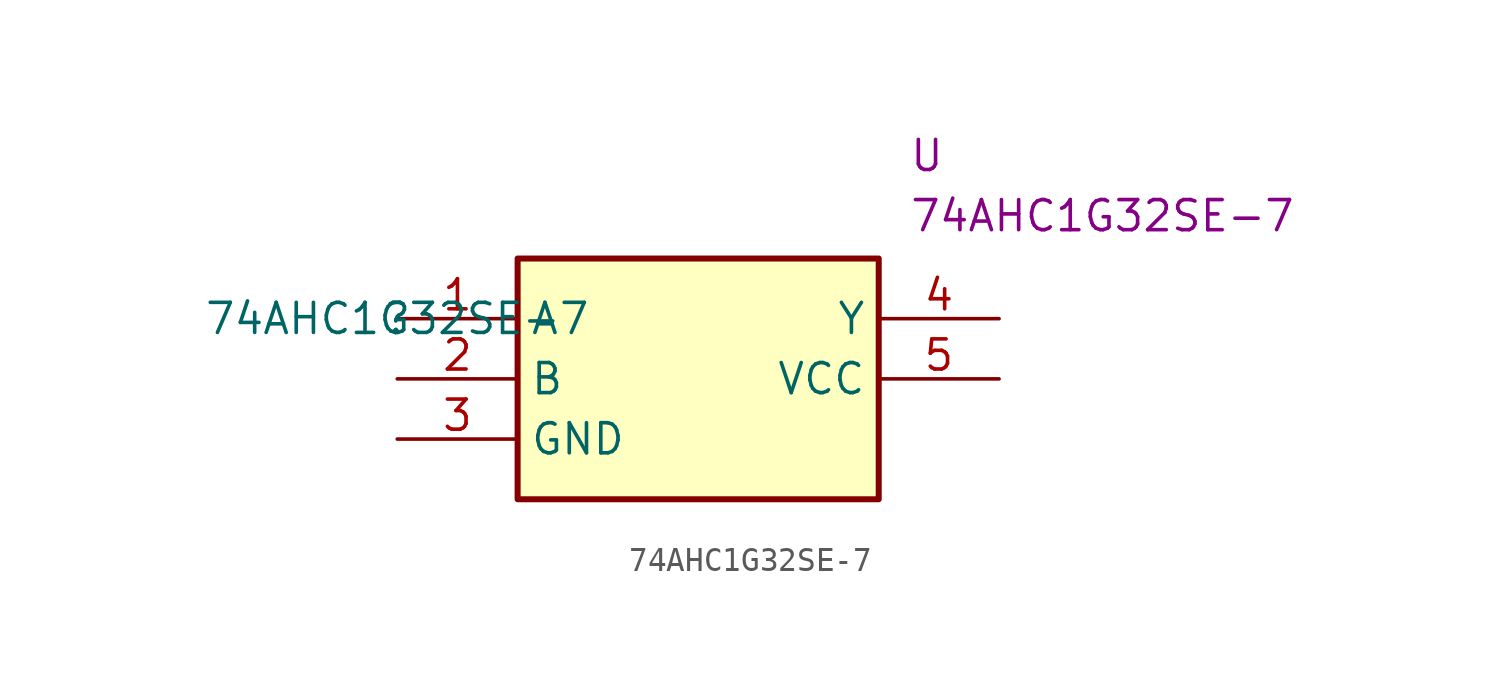
<source format=kicad_sym>
(kicad_symbol_lib
  (version 20211014)
  (generator kicad_symbol_editor)
  (symbol "74AHC1G32SE-7"
    (property "Reference" ""
      (at 0 0 0)
      (effects (font (size 1.27 1.27))))
    (property "Value" "74AHC1G32SE-7"
      (at 0 0 0)
      (effects (font (size 1.27 1.27))))
    (property "Reference_1" "U"
      (at 21.59 7.62 0)
      (effects (font (size 1.27 1.27)) (justify left top)))
    (property "Value_1" "74AHC1G32SE-7"
      (at 21.59 5.08 0)
      (effects (font (size 1.27 1.27)) (justify left top)))
    (symbol "74AHC1G32SE-7_1_1"
      (rectangle (start 5.08 2.54) (end 20.32 -7.62) (stroke (width 0.254) (type default) (color 0 0 0 0)) (fill (type background)))
      (pin passive line (at 0 0 0) (length 5.08) (name "A" (effects (font (size 1.27 1.27)))) (number "1" (effects (font (size 1.27 1.27)))))
      (pin passive line (at 0 -2.54 0) (length 5.08) (name "B" (effects (font (size 1.27 1.27)))) (number "2" (effects (font (size 1.27 1.27)))))
      (pin passive line (at 0 -5.08 0) (length 5.08) (name "GND" (effects (font (size 1.27 1.27)))) (number "3" (effects (font (size 1.27 1.27)))))
      (pin passive line (at 25.4 0 180) (length 5.08) (name "Y" (effects (font (size 1.27 1.27)))) (number "4" (effects (font (size 1.27 1.27)))))
      (pin passive line (at 25.4 -2.54 180) (length 5.08) (name "VCC" (effects (font (size 1.27 1.27)))) (number "5" (effects (font (size 1.27 1.27))))))))
</source>
